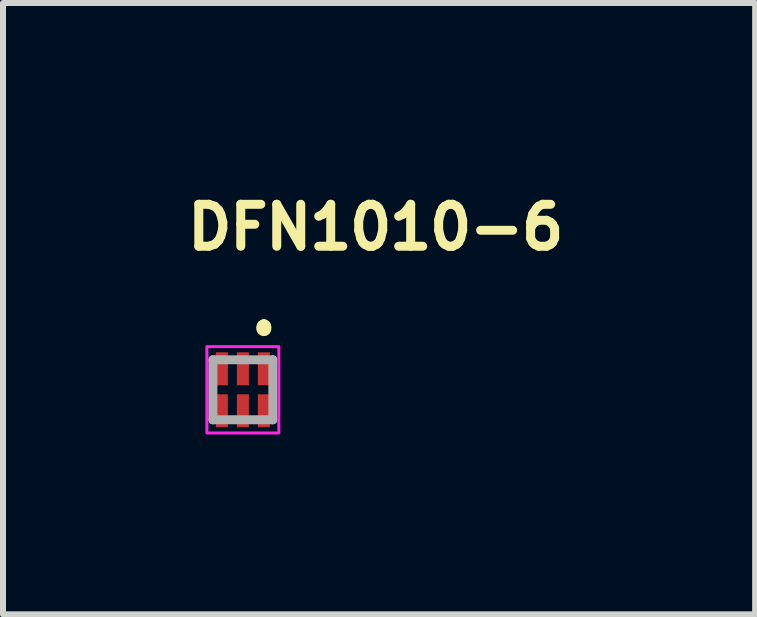
<source format=kicad_pcb>
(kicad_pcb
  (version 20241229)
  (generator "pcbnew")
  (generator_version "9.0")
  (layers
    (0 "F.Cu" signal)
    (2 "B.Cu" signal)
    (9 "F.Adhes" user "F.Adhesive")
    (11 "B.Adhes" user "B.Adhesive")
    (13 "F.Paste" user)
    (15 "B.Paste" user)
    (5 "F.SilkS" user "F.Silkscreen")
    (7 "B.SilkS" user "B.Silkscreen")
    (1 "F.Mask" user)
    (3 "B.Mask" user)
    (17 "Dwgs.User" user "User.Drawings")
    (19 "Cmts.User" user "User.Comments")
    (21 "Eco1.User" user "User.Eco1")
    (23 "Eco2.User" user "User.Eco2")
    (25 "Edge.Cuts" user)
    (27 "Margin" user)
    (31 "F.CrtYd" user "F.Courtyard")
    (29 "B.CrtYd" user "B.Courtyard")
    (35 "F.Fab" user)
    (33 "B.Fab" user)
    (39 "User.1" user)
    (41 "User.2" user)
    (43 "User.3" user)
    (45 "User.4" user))
  (footprint "DFN1010-6"
    (layer "F.Cu")
    (at 1 3.45)
    (property "Reference" "DFN1010-6" (at -1 -2.3 0) (layer "F.SilkS") (effects (font (size 0.7 0.7) (thickness 0.15)) (justify left bottom)))
    (attr smd)
    (fp_line (start 0.35 -1.1) (end 0.35 -1.1) (stroke (width 0.15) (type solid)) (layer "F.SilkS"))
    (fp_line (start 0.35 -1) (end 0.35 -1) (stroke (width 0.15) (type solid)) (layer "F.SilkS"))
    (fp_arc (start 0.35 -1.1) (mid 0.4 -1.05) (end 0.35 -1) (stroke (width 0.15) (type solid)) (layer "F.SilkS"))
    (fp_arc (start 0.35 -1) (mid 0.3 -1.05) (end 0.35 -1.1) (stroke (width 0.15) (type solid)) (layer "F.SilkS"))
    (fp_circle (center 0.35 -1.02) (end 0.4 -1.02) (stroke (width 0.15) (type solid)) (fill yes) (layer "F.SilkS"))
    (fp_rect (start -0.6 -0.72) (end 0.6 0.72) (stroke (width 0.05) (type solid)) (fill no) (layer "F.CrtYd"))
    (fp_line (start -0.5 -0.5) (end 0.5 -0.5) (stroke (width 0.15) (type solid)) (layer "F.Fab"))
    (fp_line (start -0.5 0.5) (end -0.5 -0.5) (stroke (width 0.15) (type solid)) (layer "F.Fab"))
    (fp_line (start 0.5 -0.5) (end 0.5 0.5) (stroke (width 0.15) (type solid)) (layer "F.Fab"))
    (fp_line (start 0.5 0.5) (end -0.5 0.5) (stroke (width 0.15) (type solid)) (layer "F.Fab"))
    (fp_rect (start -0.5 -0.5) (end 0.5 0.5) (stroke (width 0.1) (type solid)) (fill no) (layer "User.5"))
    (fp_line (start -0.5 -0.5) (end 0.5 -0.5) (stroke (width 0.02) (type solid)) (layer "User.9"))
    (fp_line (start -0.5 0.5) (end -0.5 -0.5) (stroke (width 0.02) (type solid)) (layer "User.9"))
    (fp_line (start 0.5 -0.5) (end 0.5 0.5) (stroke (width 0.02) (type solid)) (layer "User.9"))
    (fp_line (start 0.5 0.5) (end -0.5 0.5) (stroke (width 0.02) (type solid)) (layer "User.9"))
    (pad "1" smd rect (at 0.35 -0.35 180) (size 0.2 0.55) (layers "F.Cu" "F.Mask" "F.Paste"))
    (pad "2" smd rect (at 0 -0.35 180) (size 0.2 0.55) (layers "F.Cu" "F.Mask" "F.Paste"))
    (pad "3" smd rect (at -0.35 -0.35 180) (size 0.2 0.55) (layers "F.Cu" "F.Mask" "F.Paste"))
    (pad "4" smd rect (at -0.35 0.35 180) (size 0.2 0.55) (layers "F.Cu" "F.Mask" "F.Paste"))
    (pad "5" smd rect (at 0 0.35 180) (size 0.2 0.55) (layers "F.Cu" "F.Mask" "F.Paste"))
    (pad "6" smd rect (at 0.35 0.35 180) (size 0.2 0.55) (layers "F.Cu" "F.Mask" "F.Paste")))
  (gr_rect
    (start -3 -3)
    (end 9.543 7.195)
    (stroke (width 0.1) (type default))
    (fill no)
    (layer "Edge.Cuts")))
</source>
